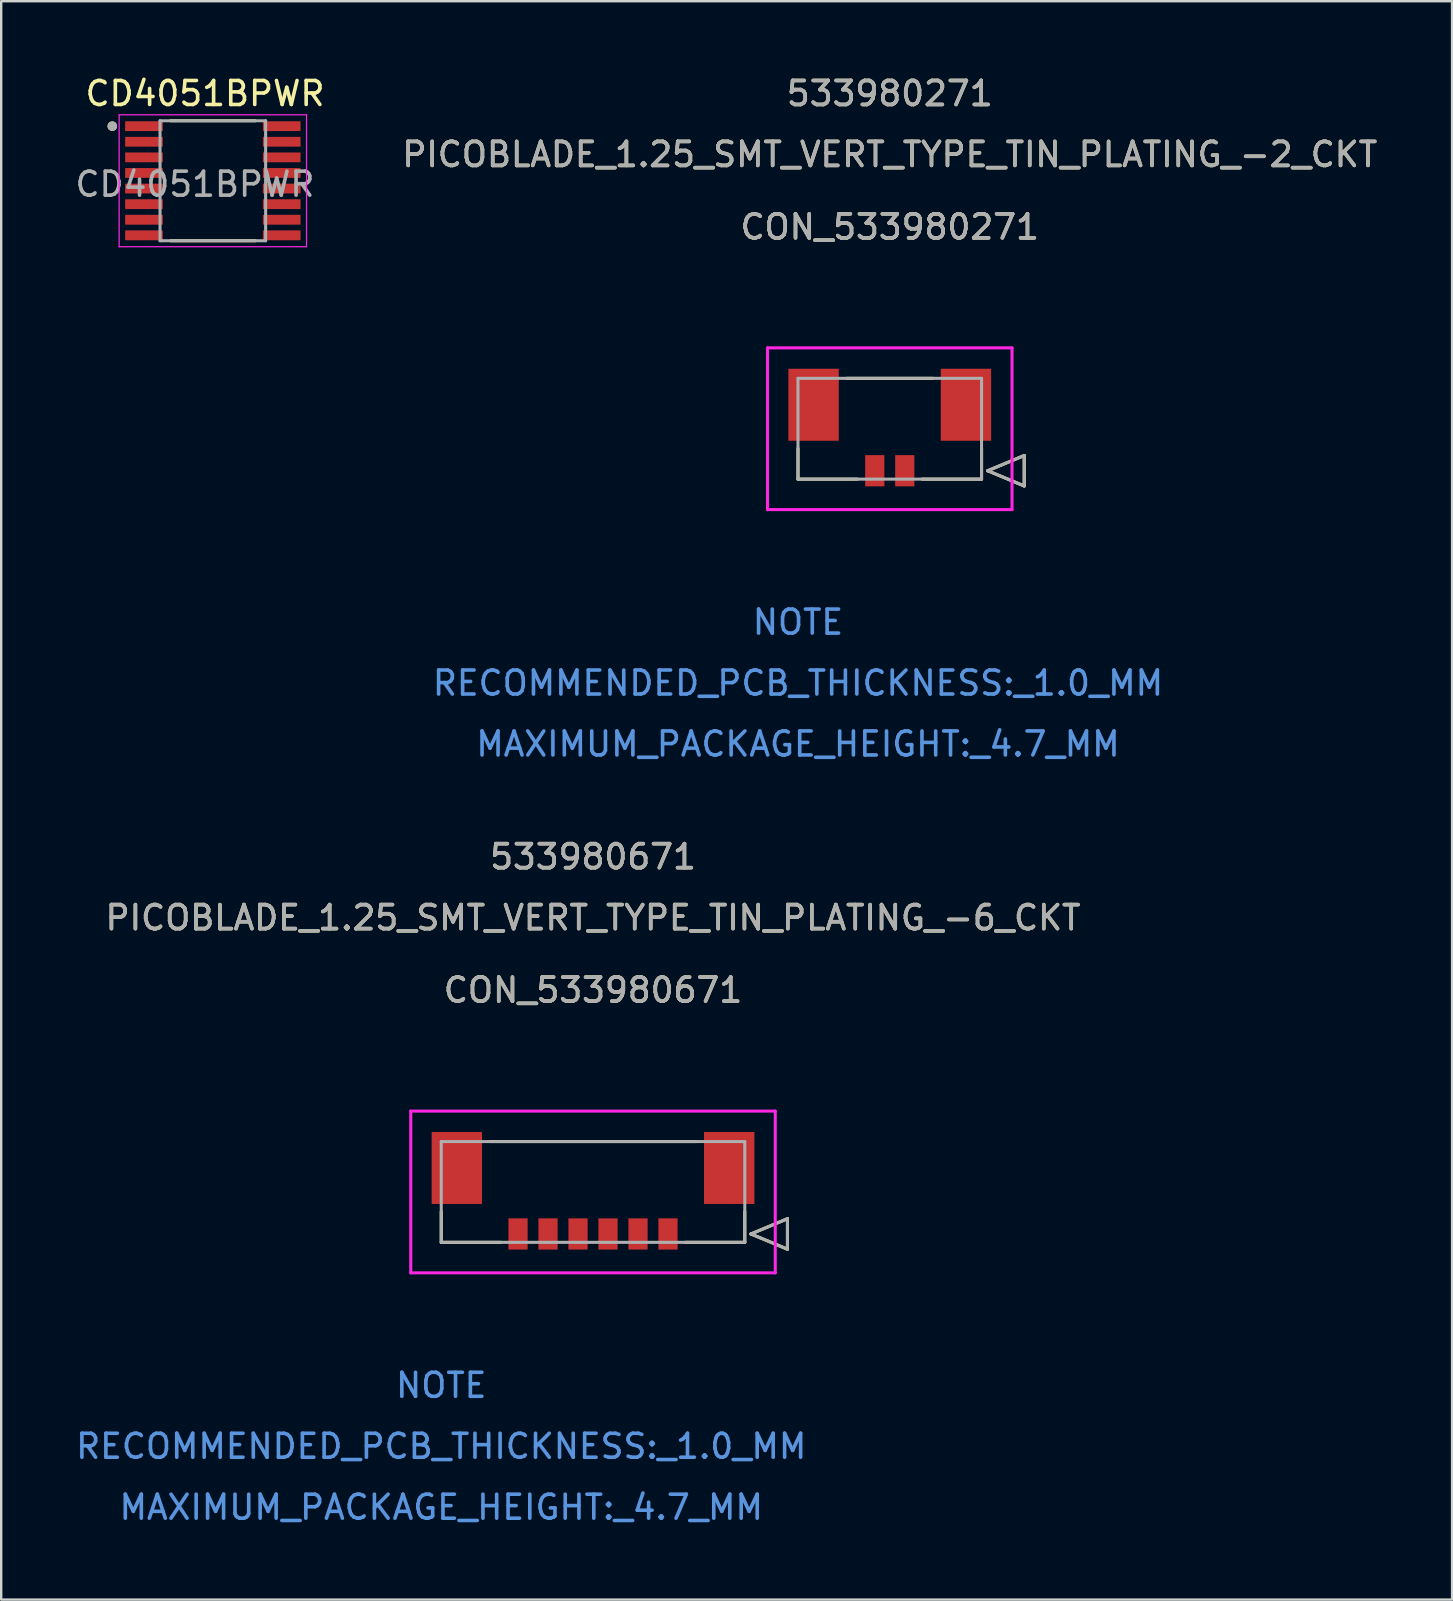
<source format=kicad_pcb>
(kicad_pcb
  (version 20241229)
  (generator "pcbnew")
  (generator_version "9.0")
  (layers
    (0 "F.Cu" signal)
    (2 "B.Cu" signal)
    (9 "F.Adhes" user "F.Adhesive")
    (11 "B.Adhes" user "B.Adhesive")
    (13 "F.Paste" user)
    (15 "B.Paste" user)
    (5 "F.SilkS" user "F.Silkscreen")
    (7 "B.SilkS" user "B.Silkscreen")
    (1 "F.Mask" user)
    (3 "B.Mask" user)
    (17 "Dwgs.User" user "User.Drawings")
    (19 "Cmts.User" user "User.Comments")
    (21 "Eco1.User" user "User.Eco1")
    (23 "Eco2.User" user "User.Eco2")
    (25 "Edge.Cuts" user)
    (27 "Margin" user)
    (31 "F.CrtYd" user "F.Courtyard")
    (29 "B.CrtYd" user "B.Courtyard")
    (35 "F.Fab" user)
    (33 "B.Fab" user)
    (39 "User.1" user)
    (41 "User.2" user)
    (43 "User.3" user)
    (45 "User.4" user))
  (footprint "CD4051BPWR"
    (layer "F.Cu")
    (at 5.82 4.483)
    (property "Reference" "CD4051BPWR" (at -0.325 -3.635 0) (layer "F.SilkS") (effects (font (size 1 1) (thickness 0.15))))
    (attr smd)
    (fp_line (start -1.765 -2.5) (end 1.765 -2.5) (stroke (width 0.127) (type solid)) (layer "F.SilkS"))
    (fp_line (start 1.765 2.5) (end -1.765 2.5) (stroke (width 0.127) (type solid)) (layer "F.SilkS"))
    (fp_circle (center -4.19 -2.275) (end -4.09 -2.275) (stroke (width 0.2) (type solid)) (fill no) (layer "F.SilkS"))
    (fp_line (start -3.905 -2.75) (end -3.905 2.75) (stroke (width 0.05) (type solid)) (layer "F.CrtYd"))
    (fp_line (start -3.905 -2.75) (end 3.905 -2.75) (stroke (width 0.05) (type solid)) (layer "F.CrtYd"))
    (fp_line (start -3.905 2.75) (end 3.905 2.75) (stroke (width 0.05) (type solid)) (layer "F.CrtYd"))
    (fp_line (start 3.905 -2.75) (end 3.905 2.75) (stroke (width 0.05) (type solid)) (layer "F.CrtYd"))
    (fp_line (start -2.2 -2.5) (end -2.2 2.5) (stroke (width 0.127) (type solid)) (layer "F.Fab"))
    (fp_line (start -2.2 -2.5) (end 2.2 -2.5) (stroke (width 0.127) (type solid)) (layer "F.Fab"))
    (fp_line (start -2.2 2.5) (end 2.2 2.5) (stroke (width 0.127) (type solid)) (layer "F.Fab"))
    (fp_line (start 2.2 -2.5) (end 2.2 2.5) (stroke (width 0.127) (type solid)) (layer "F.Fab"))
    (fp_circle (center -4.19 -2.275) (end -4.09 -2.275) (stroke (width 0.2) (type solid)) (fill no) (layer "F.Fab"))
    (fp_text user "${REFERENCE}" (at -5.82 0.73 0) (unlocked yes) (layer "F.Fab") (effects (font (size 1 1) (thickness 0.15)) (justify left bottom)))
    (pad "1" smd roundrect (at -2.87 -2.275) (size 1.57 0.41) (layers "F.Cu" "F.Mask" "F.Paste") (roundrect_rratio 0.05))
    (pad "2" smd roundrect (at -2.87 -1.625) (size 1.57 0.41) (layers "F.Cu" "F.Mask" "F.Paste") (roundrect_rratio 0.05))
    (pad "3" smd roundrect (at -2.87 -0.975) (size 1.57 0.41) (layers "F.Cu" "F.Mask" "F.Paste") (roundrect_rratio 0.05))
    (pad "4" smd roundrect (at -2.87 -0.325) (size 1.57 0.41) (layers "F.Cu" "F.Mask" "F.Paste") (roundrect_rratio 0.05))
    (pad "5" smd roundrect (at -2.87 0.325) (size 1.57 0.41) (layers "F.Cu" "F.Mask" "F.Paste") (roundrect_rratio 0.05))
    (pad "6" smd roundrect (at -2.87 0.975) (size 1.57 0.41) (layers "F.Cu" "F.Mask" "F.Paste") (roundrect_rratio 0.05))
    (pad "7" smd roundrect (at -2.87 1.625) (size 1.57 0.41) (layers "F.Cu" "F.Mask" "F.Paste") (roundrect_rratio 0.05))
    (pad "8" smd roundrect (at -2.87 2.275) (size 1.57 0.41) (layers "F.Cu" "F.Mask" "F.Paste") (roundrect_rratio 0.05))
    (pad "9" smd roundrect (at 2.87 2.275) (size 1.57 0.41) (layers "F.Cu" "F.Mask" "F.Paste") (roundrect_rratio 0.05))
    (pad "10" smd roundrect (at 2.87 1.625) (size 1.57 0.41) (layers "F.Cu" "F.Mask" "F.Paste") (roundrect_rratio 0.05))
    (pad "11" smd roundrect (at 2.87 0.975) (size 1.57 0.41) (layers "F.Cu" "F.Mask" "F.Paste") (roundrect_rratio 0.05))
    (pad "12" smd roundrect (at 2.87 0.325) (size 1.57 0.41) (layers "F.Cu" "F.Mask" "F.Paste") (roundrect_rratio 0.05))
    (pad "13" smd roundrect (at 2.87 -0.325) (size 1.57 0.41) (layers "F.Cu" "F.Mask" "F.Paste") (roundrect_rratio 0.05))
    (pad "14" smd roundrect (at 2.87 -0.975) (size 1.57 0.41) (layers "F.Cu" "F.Mask" "F.Paste") (roundrect_rratio 0.05))
    (pad "15" smd roundrect (at 2.87 -1.625) (size 1.57 0.41) (layers "F.Cu" "F.Mask" "F.Paste") (roundrect_rratio 0.05))
    (pad "16" smd roundrect (at 2.87 -2.275) (size 1.57 0.41) (layers "F.Cu" "F.Mask" "F.Paste") (roundrect_rratio 0.05)))
  (footprint "CON_533980671"
    (layer "F.Cu")
    (at 24.789 48.375)
    (property "Reference" "CON_533980671" (at -3.125 -10.16 0) (unlocked yes) (layer "F.SilkS") (effects (font (size 1 1) (thickness 0.15))))
    (attr smd)
    (fp_line (start -9.45 -0.93) (end -9.45 0.35) (stroke (width 0.127) (type solid)) (layer "F.SilkS"))
    (fp_line (start -9.45 0.35) (end -6.97 0.35) (stroke (width 0.127) (type solid)) (layer "F.SilkS"))
    (fp_line (start 0.72 0.35) (end 3.2 0.35) (stroke (width 0.127) (type solid)) (layer "F.SilkS"))
    (fp_line (start 1.18 -3.85) (end -7.43 -3.85) (stroke (width 0.127) (type solid)) (layer "F.SilkS"))
    (fp_line (start 3.2 0.35) (end 3.2 -0.93) (stroke (width 0.127) (type solid)) (layer "F.SilkS"))
    (fp_line (start 3.454 0) (end 4.978 -0.635) (stroke (width 0.127) (type solid)) (layer "F.SilkS"))
    (fp_line (start 4.978 -0.635) (end 4.978 0.635) (stroke (width 0.127) (type solid)) (layer "F.SilkS"))
    (fp_line (start 4.978 0.635) (end 3.454 0) (stroke (width 0.127) (type solid)) (layer "F.SilkS"))
    (fp_line (start -10.72 -5.12) (end -10.72 1.62) (stroke (width 0.127) (type solid)) (layer "F.CrtYd"))
    (fp_line (start -10.72 1.62) (end 4.47 1.62) (stroke (width 0.127) (type solid)) (layer "F.CrtYd"))
    (fp_line (start 4.47 -5.12) (end -10.72 -5.12) (stroke (width 0.127) (type solid)) (layer "F.CrtYd"))
    (fp_line (start 4.47 1.62) (end 4.47 -5.12) (stroke (width 0.127) (type solid)) (layer "F.CrtYd"))
    (fp_line (start -9.45 -3.85) (end -9.45 0.35) (stroke (width 0.127) (type solid)) (layer "F.Fab"))
    (fp_line (start -9.45 0.35) (end 3.2 0.35) (stroke (width 0.127) (type solid)) (layer "F.Fab"))
    (fp_line (start 3.2 -3.85) (end -9.45 -3.85) (stroke (width 0.127) (type solid)) (layer "F.Fab"))
    (fp_line (start 3.2 0.35) (end 3.2 -3.85) (stroke (width 0.127) (type solid)) (layer "F.Fab"))
    (fp_line (start 3.454 0) (end 4.978 -0.635) (stroke (width 0.127) (type solid)) (layer "F.Fab"))
    (fp_line (start 4.978 -0.635) (end 4.978 0.635) (stroke (width 0.127) (type solid)) (layer "F.Fab"))
    (fp_line (start 4.978 0.635) (end 3.454 0) (stroke (width 0.127) (type solid)) (layer "F.Fab"))
    (fp_text user "533980671" (at -3.125 -15.72 0) (unlocked yes) (layer "F.SilkS") (effects (font (size 1 1) (thickness 0.15))))
    (fp_text user "PICOBLADE_1.25_SMT_VERT_TYPE_TIN_PLATING_-6_CKT" (at -3.125 -13.18 0) (unlocked yes) (layer "F.SilkS") (effects (font (size 1 1) (thickness 0.15))))
    (fp_text user "MAXIMUM_PACKAGE_HEIGHT:_4.7_MM" (at -9.45 11.39 0) (unlocked yes) (layer "Cmts.User") (effects (font (size 1 1) (thickness 0.15))))
    (fp_text user "RECOMMENDED_PCB_THICKNESS:_1.0_MM" (at -9.45 8.85 0) (unlocked yes) (layer "Cmts.User") (effects (font (size 1 1) (thickness 0.15))))
    (fp_text user "NOTE" (at -9.45 6.31 0) (unlocked yes) (layer "Cmts.User") (effects (font (size 1 1) (thickness 0.15))))
    (fp_text user "533980671" (at -3.125 -15.72 0) (unlocked yes) (layer "F.Fab") (effects (font (size 1 1) (thickness 0.15))))
    (fp_text user "${REFERENCE}" (at -3.125 -10.16 0) (unlocked yes) (layer "F.Fab") (effects (font (size 1 1) (thickness 0.15))))
    (fp_text user "PICOBLADE_1.25_SMT_VERT_TYPE_TIN_PLATING_-6_CKT" (at -3.125 -13.18 0) (unlocked yes) (layer "F.Fab") (effects (font (size 1 1) (thickness 0.15))))
    (pad "1" smd rect (at 0 0) (size 0.8 1.3) (layers "F.Cu" "F.Mask" "F.Paste"))
    (pad "2" smd rect (at -1.25 0) (size 0.8 1.3) (layers "F.Cu" "F.Mask" "F.Paste"))
    (pad "3" smd rect (at -2.5 0) (size 0.8 1.3) (layers "F.Cu" "F.Mask" "F.Paste"))
    (pad "4" smd rect (at -3.75 0) (size 0.8 1.3) (layers "F.Cu" "F.Mask" "F.Paste"))
    (pad "5" smd rect (at -5 0) (size 0.8 1.3) (layers "F.Cu" "F.Mask" "F.Paste"))
    (pad "6" smd rect (at -6.25 0) (size 0.8 1.3) (layers "F.Cu" "F.Mask" "F.Paste"))
    (pad "7" smd rect (at 2.55 -2.75) (size 2.1 3) (layers "F.Cu" "F.Mask" "F.Paste"))
    (pad "8" smd rect (at -8.8 -2.75) (size 2.1 3) (layers "F.Cu" "F.Mask" "F.Paste")))
  (footprint "CON_533980271"
    (layer "F.Cu")
    (at 34.656 16.568)
    (property "Reference" "CON_533980271" (at -0.625 -10.16 0) (unlocked yes) (layer "F.SilkS") (effects (font (size 1 1) (thickness 0.15))))
    (attr smd)
    (fp_line (start -4.45 -0.93) (end -4.45 0.35) (stroke (width 0.127) (type solid)) (layer "F.SilkS"))
    (fp_line (start -4.45 0.35) (end -1.97 0.35) (stroke (width 0.127) (type solid)) (layer "F.SilkS"))
    (fp_line (start 0.72 0.35) (end 3.2 0.35) (stroke (width 0.127) (type solid)) (layer "F.SilkS"))
    (fp_line (start 1.18 -3.85) (end -2.43 -3.85) (stroke (width 0.127) (type solid)) (layer "F.SilkS"))
    (fp_line (start 3.2 0.35) (end 3.2 -0.93) (stroke (width 0.127) (type solid)) (layer "F.SilkS"))
    (fp_line (start 3.454 0) (end 4.978 -0.635) (stroke (width 0.127) (type solid)) (layer "F.SilkS"))
    (fp_line (start 4.978 -0.635) (end 4.978 0.635) (stroke (width 0.127) (type solid)) (layer "F.SilkS"))
    (fp_line (start 4.978 0.635) (end 3.454 0) (stroke (width 0.127) (type solid)) (layer "F.SilkS"))
    (fp_line (start -5.72 -5.12) (end -5.72 1.62) (stroke (width 0.127) (type solid)) (layer "F.CrtYd"))
    (fp_line (start -5.72 1.62) (end 4.47 1.62) (stroke (width 0.127) (type solid)) (layer "F.CrtYd"))
    (fp_line (start 4.47 -5.12) (end -5.72 -5.12) (stroke (width 0.127) (type solid)) (layer "F.CrtYd"))
    (fp_line (start 4.47 1.62) (end 4.47 -5.12) (stroke (width 0.127) (type solid)) (layer "F.CrtYd"))
    (fp_line (start -4.45 -3.85) (end -4.45 0.35) (stroke (width 0.127) (type solid)) (layer "F.Fab"))
    (fp_line (start -4.45 0.35) (end 3.2 0.35) (stroke (width 0.127) (type solid)) (layer "F.Fab"))
    (fp_line (start 3.2 -3.85) (end -4.45 -3.85) (stroke (width 0.127) (type solid)) (layer "F.Fab"))
    (fp_line (start 3.2 0.35) (end 3.2 -3.85) (stroke (width 0.127) (type solid)) (layer "F.Fab"))
    (fp_line (start 3.454 0) (end 4.978 -0.635) (stroke (width 0.127) (type solid)) (layer "F.Fab"))
    (fp_line (start 4.978 -0.635) (end 4.978 0.635) (stroke (width 0.127) (type solid)) (layer "F.Fab"))
    (fp_line (start 4.978 0.635) (end 3.454 0) (stroke (width 0.127) (type solid)) (layer "F.Fab"))
    (fp_text user "PICOBLADE_1.25_SMT_VERT_TYPE_TIN_PLATING_-2_CKT" (at -0.625 -13.18 0) (unlocked yes) (layer "F.SilkS") (effects (font (size 1 1) (thickness 0.15))))
    (fp_text user "533980271" (at -0.625 -15.72 0) (unlocked yes) (layer "F.SilkS") (effects (font (size 1 1) (thickness 0.15))))
    (fp_text user "MAXIMUM_PACKAGE_HEIGHT:_4.7_MM" (at -4.45 11.39 0) (unlocked yes) (layer "Cmts.User") (effects (font (size 1 1) (thickness 0.15))))
    (fp_text user "NOTE" (at -4.45 6.31 0) (unlocked yes) (layer "Cmts.User") (effects (font (size 1 1) (thickness 0.15))))
    (fp_text user "RECOMMENDED_PCB_THICKNESS:_1.0_MM" (at -4.45 8.85 0) (unlocked yes) (layer "Cmts.User") (effects (font (size 1 1) (thickness 0.15))))
    (fp_text user "${REFERENCE}" (at -0.625 -10.16 0) (unlocked yes) (layer "F.Fab") (effects (font (size 1 1) (thickness 0.15))))
    (fp_text user "PICOBLADE_1.25_SMT_VERT_TYPE_TIN_PLATING_-2_CKT" (at -0.625 -13.18 0) (unlocked yes) (layer "F.Fab") (effects (font (size 1 1) (thickness 0.15))))
    (fp_text user "533980271" (at -0.625 -15.72 0) (unlocked yes) (layer "F.Fab") (effects (font (size 1 1) (thickness 0.15))))
    (pad "1" smd rect (at 0 0) (size 0.8 1.3) (layers "F.Cu" "F.Mask" "F.Paste"))
    (pad "2" smd rect (at -1.25 0) (size 0.8 1.3) (layers "F.Cu" "F.Mask" "F.Paste"))
    (pad "3" smd rect (at 2.55 -2.75) (size 2.1 3) (layers "F.Cu" "F.Mask" "F.Paste"))
    (pad "4" smd rect (at -3.8 -2.75) (size 2.1 3) (layers "F.Cu" "F.Mask" "F.Paste")))
  (gr_rect
    (start -3 -3)
    (end 57.465 63.613)
    (stroke (width 0.1) (type default))
    (fill no)
    (layer "Edge.Cuts")))
</source>
